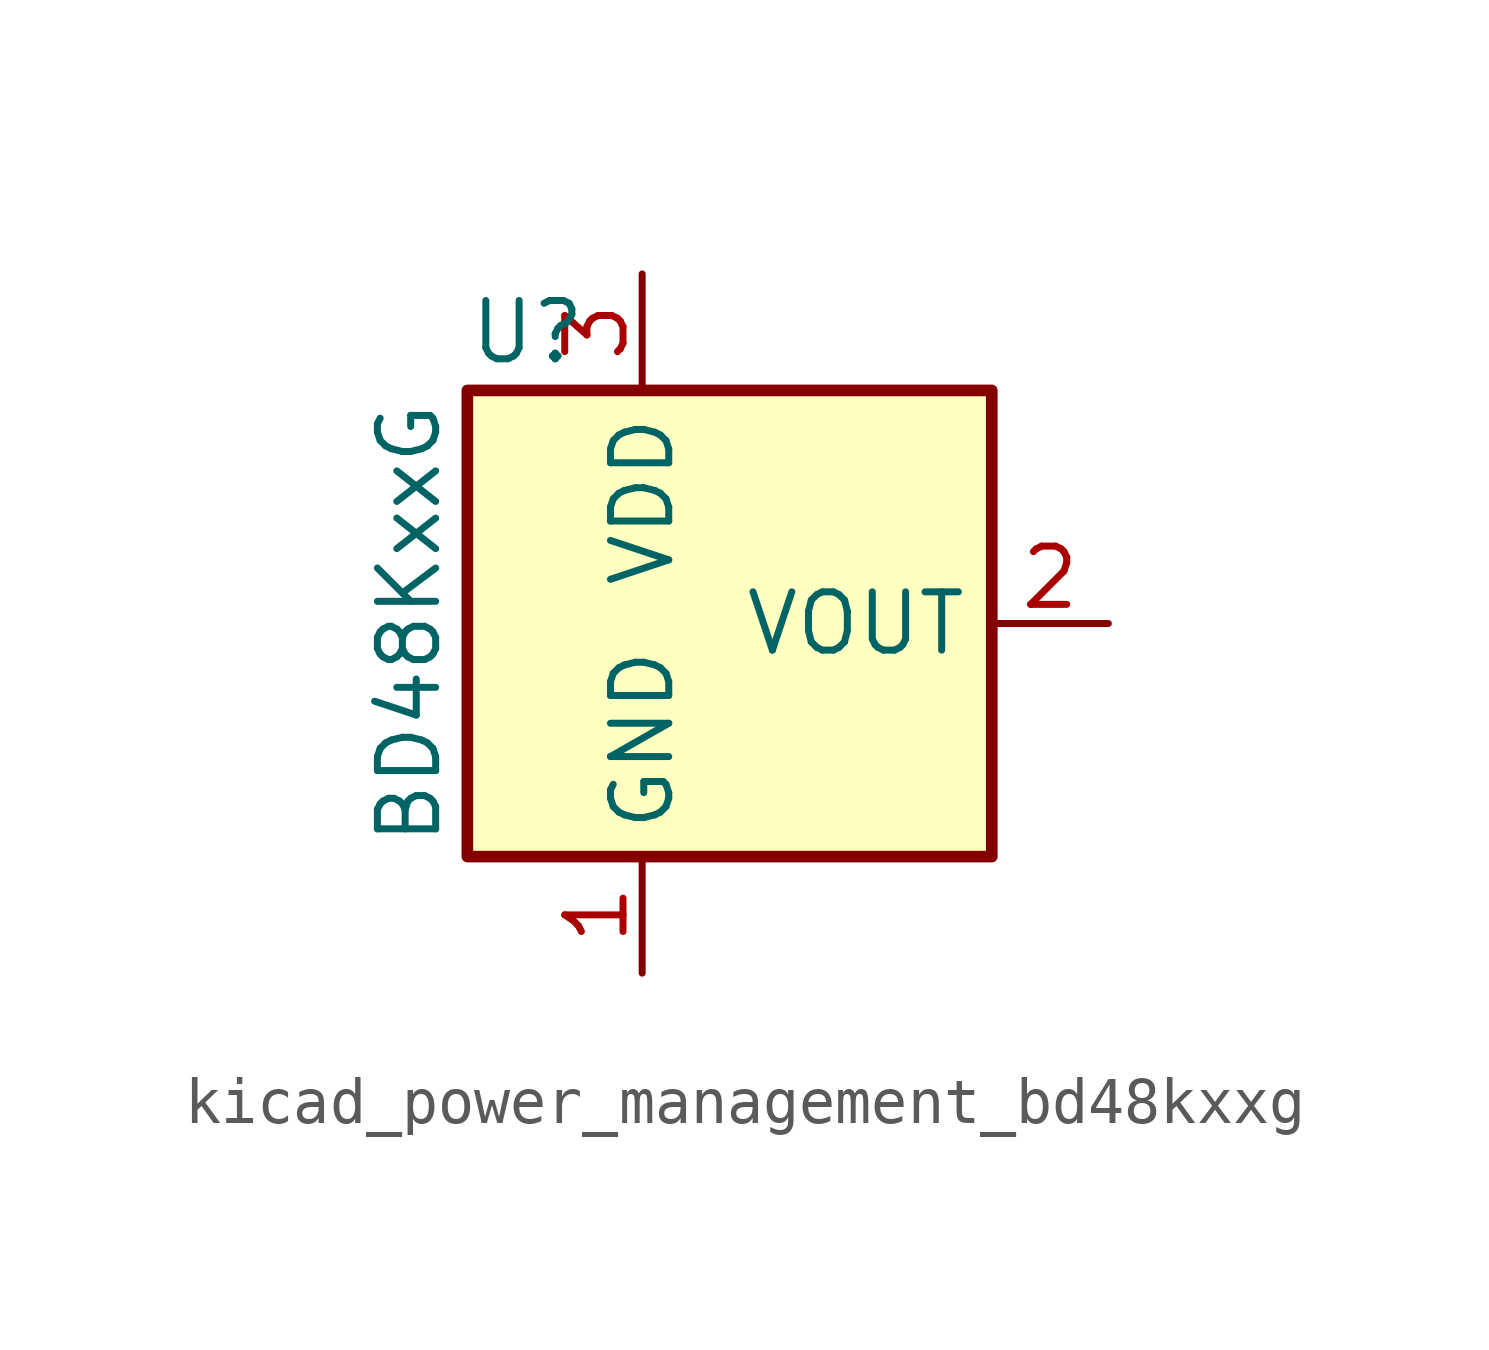
<source format=kicad_sym>
(kicad_symbol_lib
  (version 20220914)
  (generator kicad_symbol_editor)
  (symbol "kicad_power_management_bd48kxxg"
    (property "Reference" "U"
      (at -3.81 6.35 0)
      (effects (font (size 1.27 1.27)) (justify left)))
    (property "Value" "BD48KxxG"
      (at -5.08 0 90)
      (effects (font (size 1.27 1.27))))
    (symbol "kicad_power_management_bd48kxxg_1_1"
      (rectangle (start -3.81 5.08) (end 7.62 -5.08) (stroke (width 0.254) (type default)) (fill (type background)))
      (pin power_in line (at 0 -7.62 90) (length 2.54) (name "GND" (effects (font (size 1.27 1.27)))) (number "1" (effects (font (size 1.27 1.27)))))
      (pin output line (at 10.16 0 180) (length 2.54) (name "VOUT" (effects (font (size 1.27 1.27)))) (number "2" (effects (font (size 1.27 1.27)))))
      (pin power_in line (at 0 7.62 270) (length 2.54) (name "VDD" (effects (font (size 1.27 1.27)))) (number "3" (effects (font (size 1.27 1.27))))))))
</source>
